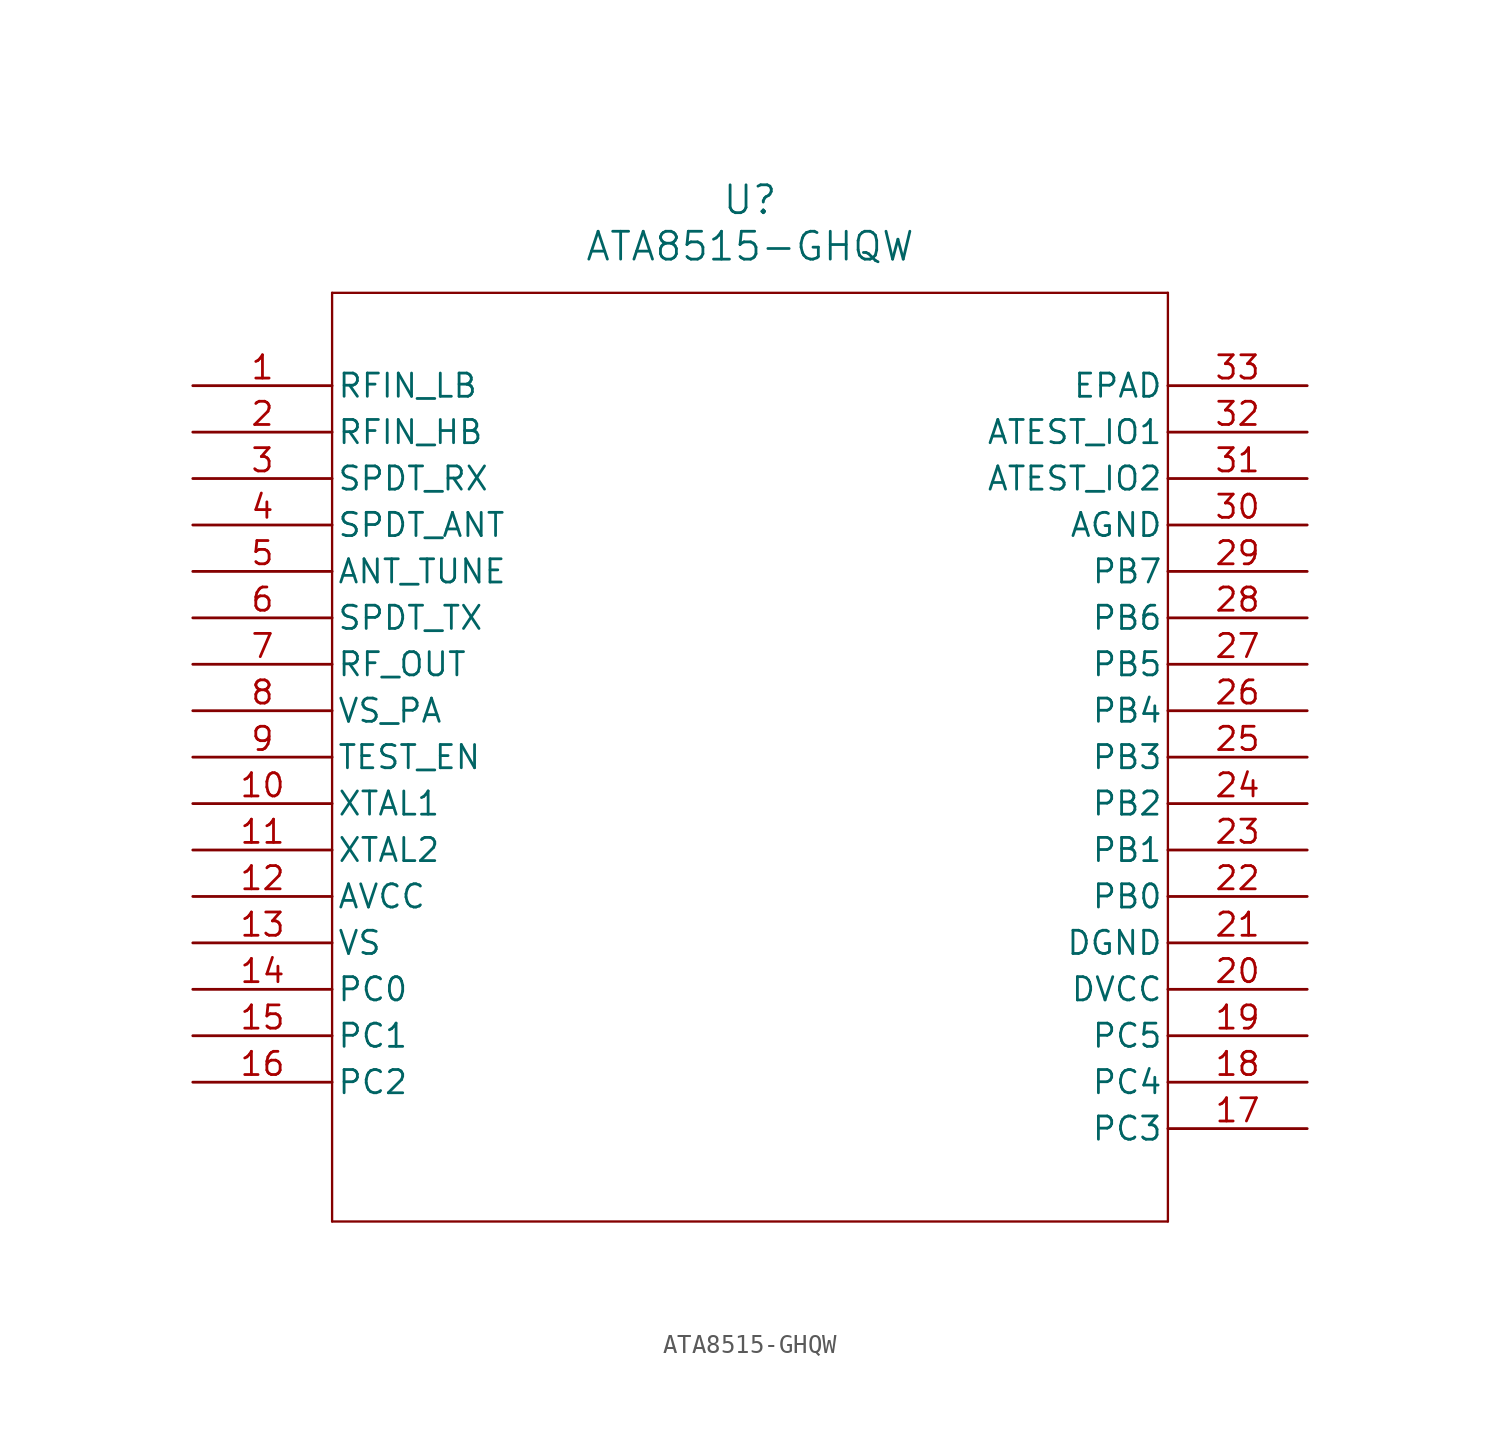
<source format=kicad_sym>
(kicad_symbol_lib
  (version 20211014)
  (generator kicad_symbol_editor)
  (symbol "ATA8515-GHQW"
    (pin_names
      (offset 0.254))
    (property "Reference" "U"
      (at 30.48 10.16 0)
      (effects (font (size 1.524 1.524))))
    (property "Value" "ATA8515-GHQW"
      (at 30.48 7.62 0)
      (effects (font (size 1.524 1.524))))
    (symbol "ATA8515-GHQW_0_1"
      (polyline (pts (xy 7.62 5.08) (xy 7.62 -45.72)) (stroke (width 0.127) (type default) (color 0 0 0 0)) (fill (type none)))
      (polyline (pts (xy 7.62 -45.72) (xy 53.34 -45.72)) (stroke (width 0.127) (type default) (color 0 0 0 0)) (fill (type none)))
      (polyline (pts (xy 53.34 -45.72) (xy 53.34 5.08)) (stroke (width 0.127) (type default) (color 0 0 0 0)) (fill (type none)))
      (polyline (pts (xy 53.34 5.08) (xy 7.62 5.08)) (stroke (width 0.127) (type default) (color 0 0 0 0)) (fill (type none)))
      (pin unspecified line (at 0 0 0) (length 7.62) (name "RFIN_LB" (effects (font (size 1.27 1.27)))) (number "1" (effects (font (size 1.27 1.27)))))
      (pin unspecified line (at 0 -2.54 0) (length 7.62) (name "RFIN_HB" (effects (font (size 1.27 1.27)))) (number "2" (effects (font (size 1.27 1.27)))))
      (pin unspecified line (at 0 -5.08 0) (length 7.62) (name "SPDT_RX" (effects (font (size 1.27 1.27)))) (number "3" (effects (font (size 1.27 1.27)))))
      (pin unspecified line (at 0 -7.62 0) (length 7.62) (name "SPDT_ANT" (effects (font (size 1.27 1.27)))) (number "4" (effects (font (size 1.27 1.27)))))
      (pin unspecified line (at 0 -10.16 0) (length 7.62) (name "ANT_TUNE" (effects (font (size 1.27 1.27)))) (number "5" (effects (font (size 1.27 1.27)))))
      (pin unspecified line (at 0 -12.7 0) (length 7.62) (name "SPDT_TX" (effects (font (size 1.27 1.27)))) (number "6" (effects (font (size 1.27 1.27)))))
      (pin output line (at 0 -15.24 0) (length 7.62) (name "RF_OUT" (effects (font (size 1.27 1.27)))) (number "7" (effects (font (size 1.27 1.27)))))
      (pin unspecified line (at 0 -17.78 0) (length 7.62) (name "VS_PA" (effects (font (size 1.27 1.27)))) (number "8" (effects (font (size 1.27 1.27)))))
      (pin unspecified line (at 0 -20.32 0) (length 7.62) (name "TEST_EN" (effects (font (size 1.27 1.27)))) (number "9" (effects (font (size 1.27 1.27)))))
      (pin bidirectional line (at 0 -22.86 0) (length 7.62) (name "XTAL1" (effects (font (size 1.27 1.27)))) (number "10" (effects (font (size 1.27 1.27)))))
      (pin unspecified line (at 0 -25.4 0) (length 7.62) (name "XTAL2" (effects (font (size 1.27 1.27)))) (number "11" (effects (font (size 1.27 1.27)))))
      (pin unspecified line (at 0 -27.94 0) (length 7.62) (name "AVCC" (effects (font (size 1.27 1.27)))) (number "12" (effects (font (size 1.27 1.27)))))
      (pin unspecified line (at 0 -30.48 0) (length 7.62) (name "VS" (effects (font (size 1.27 1.27)))) (number "13" (effects (font (size 1.27 1.27)))))
      (pin bidirectional line (at 0 -33.02 0) (length 7.62) (name "PC0" (effects (font (size 1.27 1.27)))) (number "14" (effects (font (size 1.27 1.27)))))
      (pin bidirectional line (at 0 -35.56 0) (length 7.62) (name "PC1" (effects (font (size 1.27 1.27)))) (number "15" (effects (font (size 1.27 1.27)))))
      (pin bidirectional line (at 0 -38.1 0) (length 7.62) (name "PC2" (effects (font (size 1.27 1.27)))) (number "16" (effects (font (size 1.27 1.27)))))
      (pin bidirectional line (at 60.96 -40.64 180) (length 7.62) (name "PC3" (effects (font (size 1.27 1.27)))) (number "17" (effects (font (size 1.27 1.27)))))
      (pin bidirectional line (at 60.96 -38.1 180) (length 7.62) (name "PC4" (effects (font (size 1.27 1.27)))) (number "18" (effects (font (size 1.27 1.27)))))
      (pin bidirectional line (at 60.96 -35.56 180) (length 7.62) (name "PC5" (effects (font (size 1.27 1.27)))) (number "19" (effects (font (size 1.27 1.27)))))
      (pin unspecified line (at 60.96 -33.02 180) (length 7.62) (name "DVCC" (effects (font (size 1.27 1.27)))) (number "20" (effects (font (size 1.27 1.27)))))
      (pin power_out line (at 60.96 -30.48 180) (length 7.62) (name "DGND" (effects (font (size 1.27 1.27)))) (number "21" (effects (font (size 1.27 1.27)))))
      (pin bidirectional line (at 60.96 -27.94 180) (length 7.62) (name "PB0" (effects (font (size 1.27 1.27)))) (number "22" (effects (font (size 1.27 1.27)))))
      (pin bidirectional line (at 60.96 -25.4 180) (length 7.62) (name "PB1" (effects (font (size 1.27 1.27)))) (number "23" (effects (font (size 1.27 1.27)))))
      (pin bidirectional line (at 60.96 -22.86 180) (length 7.62) (name "PB2" (effects (font (size 1.27 1.27)))) (number "24" (effects (font (size 1.27 1.27)))))
      (pin bidirectional line (at 60.96 -20.32 180) (length 7.62) (name "PB3" (effects (font (size 1.27 1.27)))) (number "25" (effects (font (size 1.27 1.27)))))
      (pin bidirectional line (at 60.96 -17.78 180) (length 7.62) (name "PB4" (effects (font (size 1.27 1.27)))) (number "26" (effects (font (size 1.27 1.27)))))
      (pin bidirectional line (at 60.96 -15.24 180) (length 7.62) (name "PB5" (effects (font (size 1.27 1.27)))) (number "27" (effects (font (size 1.27 1.27)))))
      (pin bidirectional line (at 60.96 -12.7 180) (length 7.62) (name "PB6" (effects (font (size 1.27 1.27)))) (number "28" (effects (font (size 1.27 1.27)))))
      (pin bidirectional line (at 60.96 -10.16 180) (length 7.62) (name "PB7" (effects (font (size 1.27 1.27)))) (number "29" (effects (font (size 1.27 1.27)))))
      (pin power_out line (at 60.96 -7.62 180) (length 7.62) (name "AGND" (effects (font (size 1.27 1.27)))) (number "30" (effects (font (size 1.27 1.27)))))
      (pin bidirectional line (at 60.96 -5.08 180) (length 7.62) (name "ATEST_IO2" (effects (font (size 1.27 1.27)))) (number "31" (effects (font (size 1.27 1.27)))))
      (pin bidirectional line (at 60.96 -2.54 180) (length 7.62) (name "ATEST_IO1" (effects (font (size 1.27 1.27)))) (number "32" (effects (font (size 1.27 1.27)))))
      (pin unspecified line (at 60.96 0 180) (length 7.62) (name "EPAD" (effects (font (size 1.27 1.27)))) (number "33" (effects (font (size 1.27 1.27))))))))
</source>
